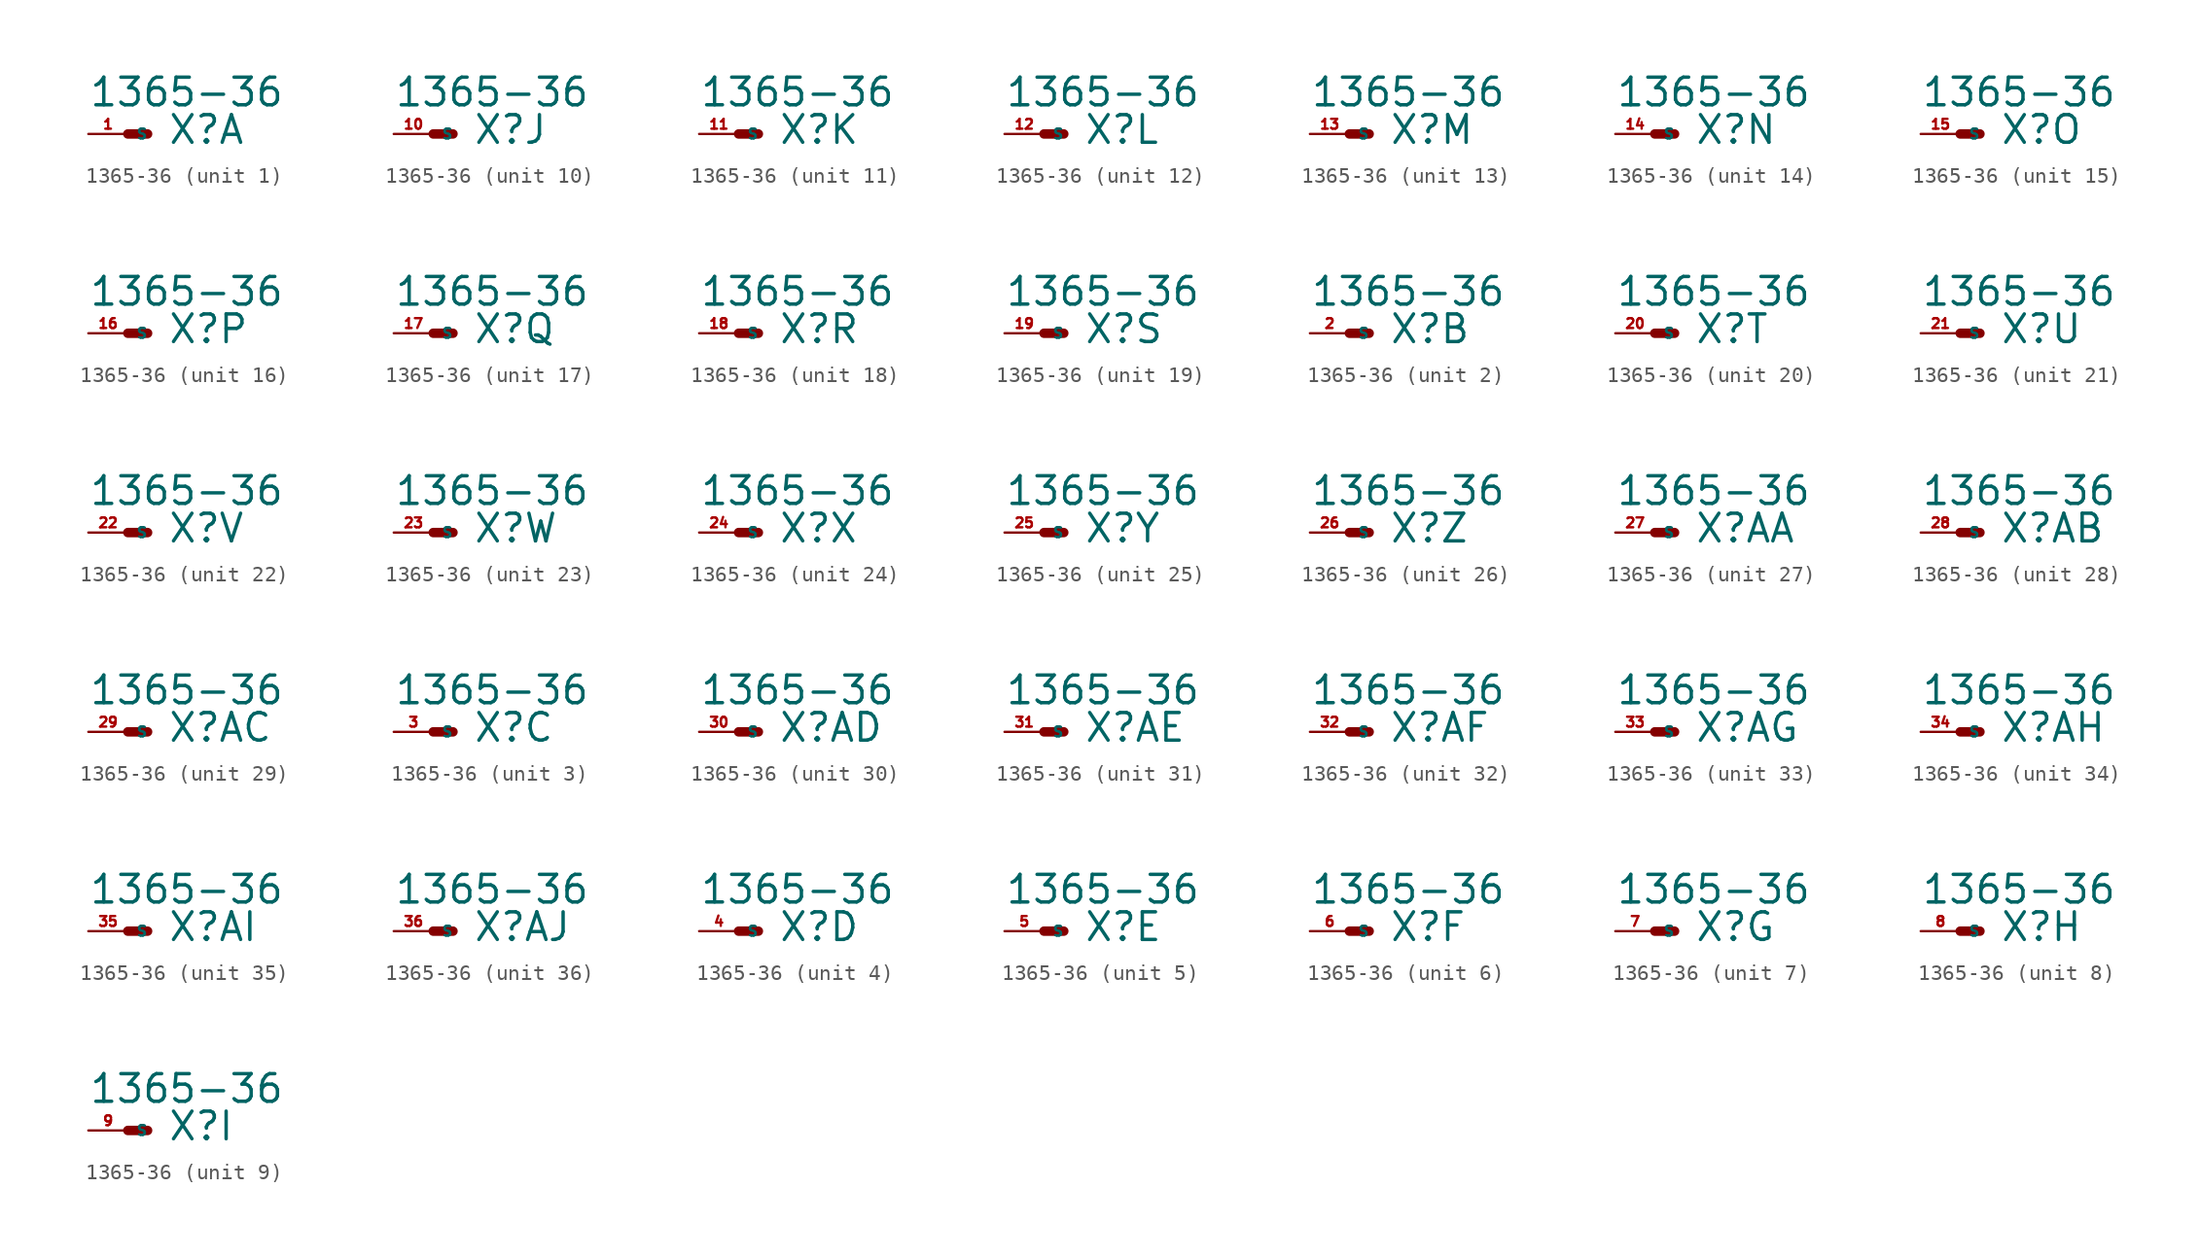
<source format=kicad_sym>
(kicad_symbol_lib
  (version 20220914)
  (generator Eagle2Kicad)
  (symbol "1365-36"
    (property "Reference" "X"
      (at 2.54 -0.762 0)
      (effects (font (size 1.778 1.778) (thickness 0.22)) (justify left bottom)))
    (property "Value" "1365-36"
      (at -2.54 1.651 0)
      (effects (font (size 1.778 1.778) (thickness 0.22)) (justify left bottom)))
    (symbol "1365-36_1_0"
      (polyline (pts (xy 0 0) (xy 1.27 0)) (stroke (width 0.61) (type default)) (fill (type none)))
      (pin passive line (at -2.54 0 0) (length 2.54) (name "S" (effects (font (size 0.635 0.635) (thickness 0.08)) (justify left bottom))) (number "1" (effects (font (size 0.635 0.635) (thickness 0.08)) (justify left bottom)))))
    (symbol "1365-36_2_0"
      (polyline (pts (xy 0 0) (xy 1.27 0)) (stroke (width 0.61) (type default)) (fill (type none)))
      (pin passive line (at -2.54 0 0) (length 2.54) (name "S" (effects (font (size 0.635 0.635) (thickness 0.08)) (justify left bottom))) (number "2" (effects (font (size 0.635 0.635) (thickness 0.08)) (justify left bottom)))))
    (symbol "1365-36_3_0"
      (polyline (pts (xy 0 0) (xy 1.27 0)) (stroke (width 0.61) (type default)) (fill (type none)))
      (pin passive line (at -2.54 0 0) (length 2.54) (name "S" (effects (font (size 0.635 0.635) (thickness 0.08)) (justify left bottom))) (number "3" (effects (font (size 0.635 0.635) (thickness 0.08)) (justify left bottom)))))
    (symbol "1365-36_4_0"
      (polyline (pts (xy 0 0) (xy 1.27 0)) (stroke (width 0.61) (type default)) (fill (type none)))
      (pin passive line (at -2.54 0 0) (length 2.54) (name "S" (effects (font (size 0.635 0.635) (thickness 0.08)) (justify left bottom))) (number "4" (effects (font (size 0.635 0.635) (thickness 0.08)) (justify left bottom)))))
    (symbol "1365-36_5_0"
      (polyline (pts (xy 0 0) (xy 1.27 0)) (stroke (width 0.61) (type default)) (fill (type none)))
      (pin passive line (at -2.54 0 0) (length 2.54) (name "S" (effects (font (size 0.635 0.635) (thickness 0.08)) (justify left bottom))) (number "5" (effects (font (size 0.635 0.635) (thickness 0.08)) (justify left bottom)))))
    (symbol "1365-36_6_0"
      (polyline (pts (xy 0 0) (xy 1.27 0)) (stroke (width 0.61) (type default)) (fill (type none)))
      (pin passive line (at -2.54 0 0) (length 2.54) (name "S" (effects (font (size 0.635 0.635) (thickness 0.08)) (justify left bottom))) (number "6" (effects (font (size 0.635 0.635) (thickness 0.08)) (justify left bottom)))))
    (symbol "1365-36_7_0"
      (polyline (pts (xy 0 0) (xy 1.27 0)) (stroke (width 0.61) (type default)) (fill (type none)))
      (pin passive line (at -2.54 0 0) (length 2.54) (name "S" (effects (font (size 0.635 0.635) (thickness 0.08)) (justify left bottom))) (number "7" (effects (font (size 0.635 0.635) (thickness 0.08)) (justify left bottom)))))
    (symbol "1365-36_8_0"
      (polyline (pts (xy 0 0) (xy 1.27 0)) (stroke (width 0.61) (type default)) (fill (type none)))
      (pin passive line (at -2.54 0 0) (length 2.54) (name "S" (effects (font (size 0.635 0.635) (thickness 0.08)) (justify left bottom))) (number "8" (effects (font (size 0.635 0.635) (thickness 0.08)) (justify left bottom)))))
    (symbol "1365-36_9_0"
      (polyline (pts (xy 0 0) (xy 1.27 0)) (stroke (width 0.61) (type default)) (fill (type none)))
      (pin passive line (at -2.54 0 0) (length 2.54) (name "S" (effects (font (size 0.635 0.635) (thickness 0.08)) (justify left bottom))) (number "9" (effects (font (size 0.635 0.635) (thickness 0.08)) (justify left bottom)))))
    (symbol "1365-36_10_0"
      (polyline (pts (xy 0 0) (xy 1.27 0)) (stroke (width 0.61) (type default)) (fill (type none)))
      (pin passive line (at -2.54 0 0) (length 2.54) (name "S" (effects (font (size 0.635 0.635) (thickness 0.08)) (justify left bottom))) (number "10" (effects (font (size 0.635 0.635) (thickness 0.08)) (justify left bottom)))))
    (symbol "1365-36_11_0"
      (polyline (pts (xy 0 0) (xy 1.27 0)) (stroke (width 0.61) (type default)) (fill (type none)))
      (pin passive line (at -2.54 0 0) (length 2.54) (name "S" (effects (font (size 0.635 0.635) (thickness 0.08)) (justify left bottom))) (number "11" (effects (font (size 0.635 0.635) (thickness 0.08)) (justify left bottom)))))
    (symbol "1365-36_12_0"
      (polyline (pts (xy 0 0) (xy 1.27 0)) (stroke (width 0.61) (type default)) (fill (type none)))
      (pin passive line (at -2.54 0 0) (length 2.54) (name "S" (effects (font (size 0.635 0.635) (thickness 0.08)) (justify left bottom))) (number "12" (effects (font (size 0.635 0.635) (thickness 0.08)) (justify left bottom)))))
    (symbol "1365-36_13_0"
      (polyline (pts (xy 0 0) (xy 1.27 0)) (stroke (width 0.61) (type default)) (fill (type none)))
      (pin passive line (at -2.54 0 0) (length 2.54) (name "S" (effects (font (size 0.635 0.635) (thickness 0.08)) (justify left bottom))) (number "13" (effects (font (size 0.635 0.635) (thickness 0.08)) (justify left bottom)))))
    (symbol "1365-36_14_0"
      (polyline (pts (xy 0 0) (xy 1.27 0)) (stroke (width 0.61) (type default)) (fill (type none)))
      (pin passive line (at -2.54 0 0) (length 2.54) (name "S" (effects (font (size 0.635 0.635) (thickness 0.08)) (justify left bottom))) (number "14" (effects (font (size 0.635 0.635) (thickness 0.08)) (justify left bottom)))))
    (symbol "1365-36_15_0"
      (polyline (pts (xy 0 0) (xy 1.27 0)) (stroke (width 0.61) (type default)) (fill (type none)))
      (pin passive line (at -2.54 0 0) (length 2.54) (name "S" (effects (font (size 0.635 0.635) (thickness 0.08)) (justify left bottom))) (number "15" (effects (font (size 0.635 0.635) (thickness 0.08)) (justify left bottom)))))
    (symbol "1365-36_16_0"
      (polyline (pts (xy 0 0) (xy 1.27 0)) (stroke (width 0.61) (type default)) (fill (type none)))
      (pin passive line (at -2.54 0 0) (length 2.54) (name "S" (effects (font (size 0.635 0.635) (thickness 0.08)) (justify left bottom))) (number "16" (effects (font (size 0.635 0.635) (thickness 0.08)) (justify left bottom)))))
    (symbol "1365-36_17_0"
      (polyline (pts (xy 0 0) (xy 1.27 0)) (stroke (width 0.61) (type default)) (fill (type none)))
      (pin passive line (at -2.54 0 0) (length 2.54) (name "S" (effects (font (size 0.635 0.635) (thickness 0.08)) (justify left bottom))) (number "17" (effects (font (size 0.635 0.635) (thickness 0.08)) (justify left bottom)))))
    (symbol "1365-36_18_0"
      (polyline (pts (xy 0 0) (xy 1.27 0)) (stroke (width 0.61) (type default)) (fill (type none)))
      (pin passive line (at -2.54 0 0) (length 2.54) (name "S" (effects (font (size 0.635 0.635) (thickness 0.08)) (justify left bottom))) (number "18" (effects (font (size 0.635 0.635) (thickness 0.08)) (justify left bottom)))))
    (symbol "1365-36_19_0"
      (polyline (pts (xy 0 0) (xy 1.27 0)) (stroke (width 0.61) (type default)) (fill (type none)))
      (pin passive line (at -2.54 0 0) (length 2.54) (name "S" (effects (font (size 0.635 0.635) (thickness 0.08)) (justify left bottom))) (number "19" (effects (font (size 0.635 0.635) (thickness 0.08)) (justify left bottom)))))
    (symbol "1365-36_20_0"
      (polyline (pts (xy 0 0) (xy 1.27 0)) (stroke (width 0.61) (type default)) (fill (type none)))
      (pin passive line (at -2.54 0 0) (length 2.54) (name "S" (effects (font (size 0.635 0.635) (thickness 0.08)) (justify left bottom))) (number "20" (effects (font (size 0.635 0.635) (thickness 0.08)) (justify left bottom)))))
    (symbol "1365-36_21_0"
      (polyline (pts (xy 0 0) (xy 1.27 0)) (stroke (width 0.61) (type default)) (fill (type none)))
      (pin passive line (at -2.54 0 0) (length 2.54) (name "S" (effects (font (size 0.635 0.635) (thickness 0.08)) (justify left bottom))) (number "21" (effects (font (size 0.635 0.635) (thickness 0.08)) (justify left bottom)))))
    (symbol "1365-36_22_0"
      (polyline (pts (xy 0 0) (xy 1.27 0)) (stroke (width 0.61) (type default)) (fill (type none)))
      (pin passive line (at -2.54 0 0) (length 2.54) (name "S" (effects (font (size 0.635 0.635) (thickness 0.08)) (justify left bottom))) (number "22" (effects (font (size 0.635 0.635) (thickness 0.08)) (justify left bottom)))))
    (symbol "1365-36_23_0"
      (polyline (pts (xy 0 0) (xy 1.27 0)) (stroke (width 0.61) (type default)) (fill (type none)))
      (pin passive line (at -2.54 0 0) (length 2.54) (name "S" (effects (font (size 0.635 0.635) (thickness 0.08)) (justify left bottom))) (number "23" (effects (font (size 0.635 0.635) (thickness 0.08)) (justify left bottom)))))
    (symbol "1365-36_24_0"
      (polyline (pts (xy 0 0) (xy 1.27 0)) (stroke (width 0.61) (type default)) (fill (type none)))
      (pin passive line (at -2.54 0 0) (length 2.54) (name "S" (effects (font (size 0.635 0.635) (thickness 0.08)) (justify left bottom))) (number "24" (effects (font (size 0.635 0.635) (thickness 0.08)) (justify left bottom)))))
    (symbol "1365-36_25_0"
      (polyline (pts (xy 0 0) (xy 1.27 0)) (stroke (width 0.61) (type default)) (fill (type none)))
      (pin passive line (at -2.54 0 0) (length 2.54) (name "S" (effects (font (size 0.635 0.635) (thickness 0.08)) (justify left bottom))) (number "25" (effects (font (size 0.635 0.635) (thickness 0.08)) (justify left bottom)))))
    (symbol "1365-36_26_0"
      (polyline (pts (xy 0 0) (xy 1.27 0)) (stroke (width 0.61) (type default)) (fill (type none)))
      (pin passive line (at -2.54 0 0) (length 2.54) (name "S" (effects (font (size 0.635 0.635) (thickness 0.08)) (justify left bottom))) (number "26" (effects (font (size 0.635 0.635) (thickness 0.08)) (justify left bottom)))))
    (symbol "1365-36_27_0"
      (polyline (pts (xy 0 0) (xy 1.27 0)) (stroke (width 0.61) (type default)) (fill (type none)))
      (pin passive line (at -2.54 0 0) (length 2.54) (name "S" (effects (font (size 0.635 0.635) (thickness 0.08)) (justify left bottom))) (number "27" (effects (font (size 0.635 0.635) (thickness 0.08)) (justify left bottom)))))
    (symbol "1365-36_28_0"
      (polyline (pts (xy 0 0) (xy 1.27 0)) (stroke (width 0.61) (type default)) (fill (type none)))
      (pin passive line (at -2.54 0 0) (length 2.54) (name "S" (effects (font (size 0.635 0.635) (thickness 0.08)) (justify left bottom))) (number "28" (effects (font (size 0.635 0.635) (thickness 0.08)) (justify left bottom)))))
    (symbol "1365-36_29_0"
      (polyline (pts (xy 0 0) (xy 1.27 0)) (stroke (width 0.61) (type default)) (fill (type none)))
      (pin passive line (at -2.54 0 0) (length 2.54) (name "S" (effects (font (size 0.635 0.635) (thickness 0.08)) (justify left bottom))) (number "29" (effects (font (size 0.635 0.635) (thickness 0.08)) (justify left bottom)))))
    (symbol "1365-36_30_0"
      (polyline (pts (xy 0 0) (xy 1.27 0)) (stroke (width 0.61) (type default)) (fill (type none)))
      (pin passive line (at -2.54 0 0) (length 2.54) (name "S" (effects (font (size 0.635 0.635) (thickness 0.08)) (justify left bottom))) (number "30" (effects (font (size 0.635 0.635) (thickness 0.08)) (justify left bottom)))))
    (symbol "1365-36_31_0"
      (polyline (pts (xy 0 0) (xy 1.27 0)) (stroke (width 0.61) (type default)) (fill (type none)))
      (pin passive line (at -2.54 0 0) (length 2.54) (name "S" (effects (font (size 0.635 0.635) (thickness 0.08)) (justify left bottom))) (number "31" (effects (font (size 0.635 0.635) (thickness 0.08)) (justify left bottom)))))
    (symbol "1365-36_32_0"
      (polyline (pts (xy 0 0) (xy 1.27 0)) (stroke (width 0.61) (type default)) (fill (type none)))
      (pin passive line (at -2.54 0 0) (length 2.54) (name "S" (effects (font (size 0.635 0.635) (thickness 0.08)) (justify left bottom))) (number "32" (effects (font (size 0.635 0.635) (thickness 0.08)) (justify left bottom)))))
    (symbol "1365-36_33_0"
      (polyline (pts (xy 0 0) (xy 1.27 0)) (stroke (width 0.61) (type default)) (fill (type none)))
      (pin passive line (at -2.54 0 0) (length 2.54) (name "S" (effects (font (size 0.635 0.635) (thickness 0.08)) (justify left bottom))) (number "33" (effects (font (size 0.635 0.635) (thickness 0.08)) (justify left bottom)))))
    (symbol "1365-36_34_0"
      (polyline (pts (xy 0 0) (xy 1.27 0)) (stroke (width 0.61) (type default)) (fill (type none)))
      (pin passive line (at -2.54 0 0) (length 2.54) (name "S" (effects (font (size 0.635 0.635) (thickness 0.08)) (justify left bottom))) (number "34" (effects (font (size 0.635 0.635) (thickness 0.08)) (justify left bottom)))))
    (symbol "1365-36_35_0"
      (polyline (pts (xy 0 0) (xy 1.27 0)) (stroke (width 0.61) (type default)) (fill (type none)))
      (pin passive line (at -2.54 0 0) (length 2.54) (name "S" (effects (font (size 0.635 0.635) (thickness 0.08)) (justify left bottom))) (number "35" (effects (font (size 0.635 0.635) (thickness 0.08)) (justify left bottom)))))
    (symbol "1365-36_36_0"
      (polyline (pts (xy 0 0) (xy 1.27 0)) (stroke (width 0.61) (type default)) (fill (type none)))
      (pin passive line (at -2.54 0 0) (length 2.54) (name "S" (effects (font (size 0.635 0.635) (thickness 0.08)) (justify left bottom))) (number "36" (effects (font (size 0.635 0.635) (thickness 0.08)) (justify left bottom)))))))
</source>
